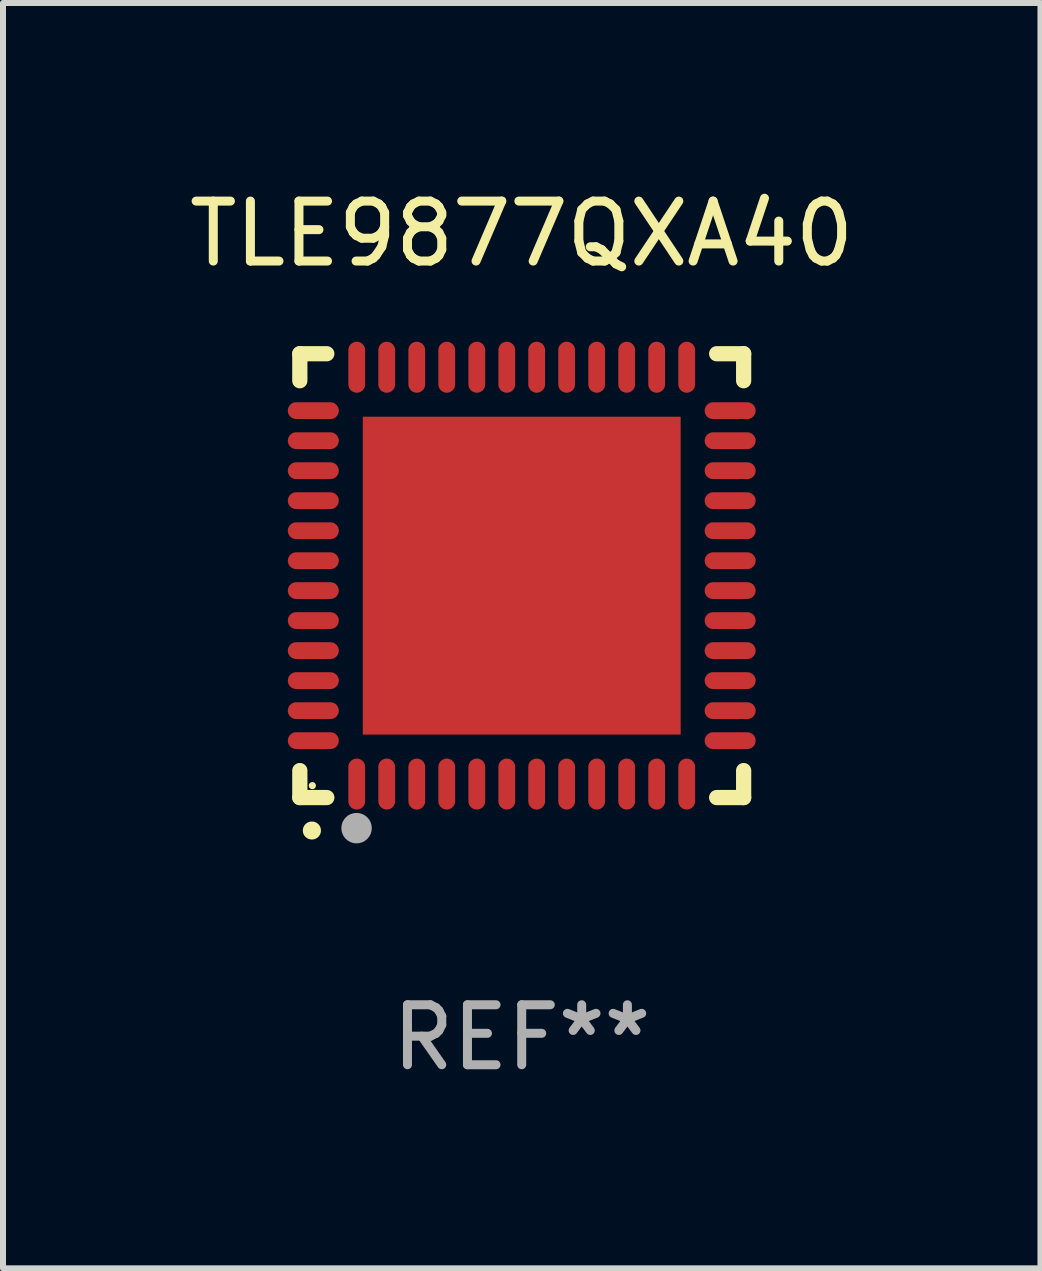
<source format=kicad_pcb>
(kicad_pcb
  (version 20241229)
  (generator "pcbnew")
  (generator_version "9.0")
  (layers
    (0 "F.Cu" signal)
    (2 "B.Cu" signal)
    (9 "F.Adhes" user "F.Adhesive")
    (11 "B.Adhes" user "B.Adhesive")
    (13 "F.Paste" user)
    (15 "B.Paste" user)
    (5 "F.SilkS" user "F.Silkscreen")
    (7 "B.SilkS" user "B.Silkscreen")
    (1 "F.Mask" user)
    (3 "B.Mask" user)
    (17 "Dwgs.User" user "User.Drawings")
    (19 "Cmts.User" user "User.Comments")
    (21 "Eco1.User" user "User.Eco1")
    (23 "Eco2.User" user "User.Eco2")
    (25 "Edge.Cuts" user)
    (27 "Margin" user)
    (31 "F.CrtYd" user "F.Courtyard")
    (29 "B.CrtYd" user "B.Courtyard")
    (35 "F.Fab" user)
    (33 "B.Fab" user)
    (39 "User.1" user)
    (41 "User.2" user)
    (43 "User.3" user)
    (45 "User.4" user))
  (footprint "TLE9877QXA40"
    (layer "F.Cu")
    (at 5.649 6.548)
    (property "Reference" "TLE9877QXA40" (at 0 -5.7 0) (layer "F.SilkS") (effects (font (size 1 1) (thickness 0.15))))
    (attr through_hole)
    (fp_line (start -3.7 -3.7) (end -3.25 -3.7) (stroke (width 0.254) (type solid)) (layer "F.SilkS"))
    (fp_line (start -3.7 -3.25) (end -3.7 -3.7) (stroke (width 0.254) (type solid)) (layer "F.SilkS"))
    (fp_line (start -3.7 3.7) (end -3.7 3.25) (stroke (width 0.254) (type solid)) (layer "F.SilkS"))
    (fp_line (start -3.25 3.7) (end -3.7 3.7) (stroke (width 0.254) (type solid)) (layer "F.SilkS"))
    (fp_line (start 3.25 3.7) (end 3.7 3.7) (stroke (width 0.254) (type solid)) (layer "F.SilkS"))
    (fp_line (start 3.7 -3.7) (end 3.25 -3.7) (stroke (width 0.254) (type solid)) (layer "F.SilkS"))
    (fp_line (start 3.7 -3.25) (end 3.7 -3.7) (stroke (width 0.254) (type solid)) (layer "F.SilkS"))
    (fp_line (start 3.7 3.7) (end 3.7 3.25) (stroke (width 0.254) (type solid)) (layer "F.SilkS"))
    (fp_arc (start -3.500127 4.249428) (mid -3.498857 4.249423) (end -3.497587 4.249428) (stroke (width 0.3) (type solid)) (layer "F.SilkS"))
    (fp_circle (center -3.491 3.501) (end -3.461 3.501) (stroke (width 0.06) (type solid)) (fill no) (layer "F.SilkS"))
    (fp_circle (center -2.754 4.21) (end -2.627 4.21) (stroke (width 0.254) (type solid)) (fill no) (layer "F.Fab"))
    (fp_text user "REF**" (at 0 7.7 0) (layer "F.Fab") (effects (font (size 1 1) (thickness 0.15))))
    (pad "1" smd oval (at -2.751 3.475) (size 0.28 0.85) (layers "F.Cu" "F.Mask" "F.Paste"))
    (pad "2" smd oval (at -2.251 3.475) (size 0.28 0.85) (layers "F.Cu" "F.Mask" "F.Paste"))
    (pad "3" smd oval (at -1.75 3.475) (size 0.28 0.85) (layers "F.Cu" "F.Mask" "F.Paste"))
    (pad "4" smd oval (at -1.25 3.475) (size 0.28 0.85) (layers "F.Cu" "F.Mask" "F.Paste"))
    (pad "5" smd oval (at -0.749 3.475) (size 0.28 0.85) (layers "F.Cu" "F.Mask" "F.Paste"))
    (pad "6" smd oval (at -0.249 3.475) (size 0.28 0.85) (layers "F.Cu" "F.Mask" "F.Paste"))
    (pad "7" smd oval (at 0.249 3.475) (size 0.28 0.85) (layers "F.Cu" "F.Mask" "F.Paste"))
    (pad "8" smd oval (at 0.749 3.475) (size 0.28 0.85) (layers "F.Cu" "F.Mask" "F.Paste"))
    (pad "9" smd oval (at 1.25 3.475) (size 0.28 0.85) (layers "F.Cu" "F.Mask" "F.Paste"))
    (pad "10" smd oval (at 1.75 3.475) (size 0.28 0.85) (layers "F.Cu" "F.Mask" "F.Paste"))
    (pad "11" smd oval (at 2.25 3.475) (size 0.28 0.85) (layers "F.Cu" "F.Mask" "F.Paste"))
    (pad "12" smd oval (at 2.751 3.475) (size 0.28 0.85) (layers "F.Cu" "F.Mask" "F.Paste"))
    (pad "13" smd oval (at 3.475 2.751) (size 0.85 0.28) (layers "F.Cu" "F.Mask" "F.Paste"))
    (pad "14" smd oval (at 3.475 2.251) (size 0.85 0.28) (layers "F.Cu" "F.Mask" "F.Paste"))
    (pad "15" smd oval (at 3.475 1.75) (size 0.85 0.28) (layers "F.Cu" "F.Mask" "F.Paste"))
    (pad "16" smd oval (at 3.475 1.25) (size 0.85 0.28) (layers "F.Cu" "F.Mask" "F.Paste"))
    (pad "17" smd oval (at 3.475 0.749) (size 0.85 0.28) (layers "F.Cu" "F.Mask" "F.Paste"))
    (pad "18" smd oval (at 3.475 0.249) (size 0.85 0.28) (layers "F.Cu" "F.Mask" "F.Paste"))
    (pad "19" smd oval (at 3.475 -0.249) (size 0.85 0.28) (layers "F.Cu" "F.Mask" "F.Paste"))
    (pad "20" smd oval (at 3.475 -0.749) (size 0.85 0.28) (layers "F.Cu" "F.Mask" "F.Paste"))
    (pad "21" smd oval (at 3.475 -1.25) (size 0.85 0.28) (layers "F.Cu" "F.Mask" "F.Paste"))
    (pad "22" smd oval (at 3.475 -1.75) (size 0.85 0.28) (layers "F.Cu" "F.Mask" "F.Paste"))
    (pad "23" smd oval (at 3.475 -2.25) (size 0.85 0.28) (layers "F.Cu" "F.Mask" "F.Paste"))
    (pad "24" smd oval (at 3.475 -2.751) (size 0.85 0.28) (layers "F.Cu" "F.Mask" "F.Paste"))
    (pad "25" smd oval (at 2.751 -3.475) (size 0.28 0.85) (layers "F.Cu" "F.Mask" "F.Paste"))
    (pad "26" smd oval (at 2.25 -3.475) (size 0.28 0.85) (layers "F.Cu" "F.Mask" "F.Paste"))
    (pad "27" smd oval (at 1.75 -3.475) (size 0.28 0.85) (layers "F.Cu" "F.Mask" "F.Paste"))
    (pad "28" smd oval (at 1.25 -3.475) (size 0.28 0.85) (layers "F.Cu" "F.Mask" "F.Paste"))
    (pad "29" smd oval (at 0.749 -3.475) (size 0.28 0.85) (layers "F.Cu" "F.Mask" "F.Paste"))
    (pad "30" smd oval (at 0.249 -3.475) (size 0.28 0.85) (layers "F.Cu" "F.Mask" "F.Paste"))
    (pad "31" smd oval (at -0.249 -3.475) (size 0.28 0.85) (layers "F.Cu" "F.Mask" "F.Paste"))
    (pad "32" smd oval (at -0.749 -3.475) (size 0.28 0.85) (layers "F.Cu" "F.Mask" "F.Paste"))
    (pad "33" smd oval (at -1.25 -3.475) (size 0.28 0.85) (layers "F.Cu" "F.Mask" "F.Paste"))
    (pad "34" smd oval (at -1.75 -3.475) (size 0.28 0.85) (layers "F.Cu" "F.Mask" "F.Paste"))
    (pad "35" smd oval (at -2.251 -3.475) (size 0.28 0.85) (layers "F.Cu" "F.Mask" "F.Paste"))
    (pad "36" smd oval (at -2.751 -3.475) (size 0.28 0.85) (layers "F.Cu" "F.Mask" "F.Paste"))
    (pad "37" smd oval (at -3.475 -2.751) (size 0.85 0.28) (layers "F.Cu" "F.Mask" "F.Paste"))
    (pad "38" smd oval (at -3.475 -2.25) (size 0.85 0.28) (layers "F.Cu" "F.Mask" "F.Paste"))
    (pad "39" smd oval (at -3.475 -1.75) (size 0.85 0.28) (layers "F.Cu" "F.Mask" "F.Paste"))
    (pad "40" smd oval (at -3.475 -1.25) (size 0.85 0.28) (layers "F.Cu" "F.Mask" "F.Paste"))
    (pad "41" smd oval (at -3.475 -0.749) (size 0.85 0.28) (layers "F.Cu" "F.Mask" "F.Paste"))
    (pad "42" smd oval (at -3.475 -0.249) (size 0.85 0.28) (layers "F.Cu" "F.Mask" "F.Paste"))
    (pad "43" smd oval (at -3.475 0.249) (size 0.85 0.28) (layers "F.Cu" "F.Mask" "F.Paste"))
    (pad "44" smd oval (at -3.475 0.749) (size 0.85 0.28) (layers "F.Cu" "F.Mask" "F.Paste"))
    (pad "45" smd oval (at -3.475 1.25) (size 0.85 0.28) (layers "F.Cu" "F.Mask" "F.Paste"))
    (pad "46" smd oval (at -3.475 1.75) (size 0.85 0.28) (layers "F.Cu" "F.Mask" "F.Paste"))
    (pad "47" smd oval (at -3.475 2.251) (size 0.85 0.28) (layers "F.Cu" "F.Mask" "F.Paste"))
    (pad "48" smd oval (at -3.475 2.751) (size 0.85 0.28) (layers "F.Cu" "F.Mask" "F.Paste"))
    (pad "49" smd rect (at -0.000102 0.000102) (size 5.3 5.3) (layers "F.Cu" "F.Mask" "F.Paste")))
  (gr_rect
    (start -3 -3)
    (end 14.298 18.097)
    (stroke (width 0.1) (type default))
    (fill no)
    (layer "Edge.Cuts")))
</source>
